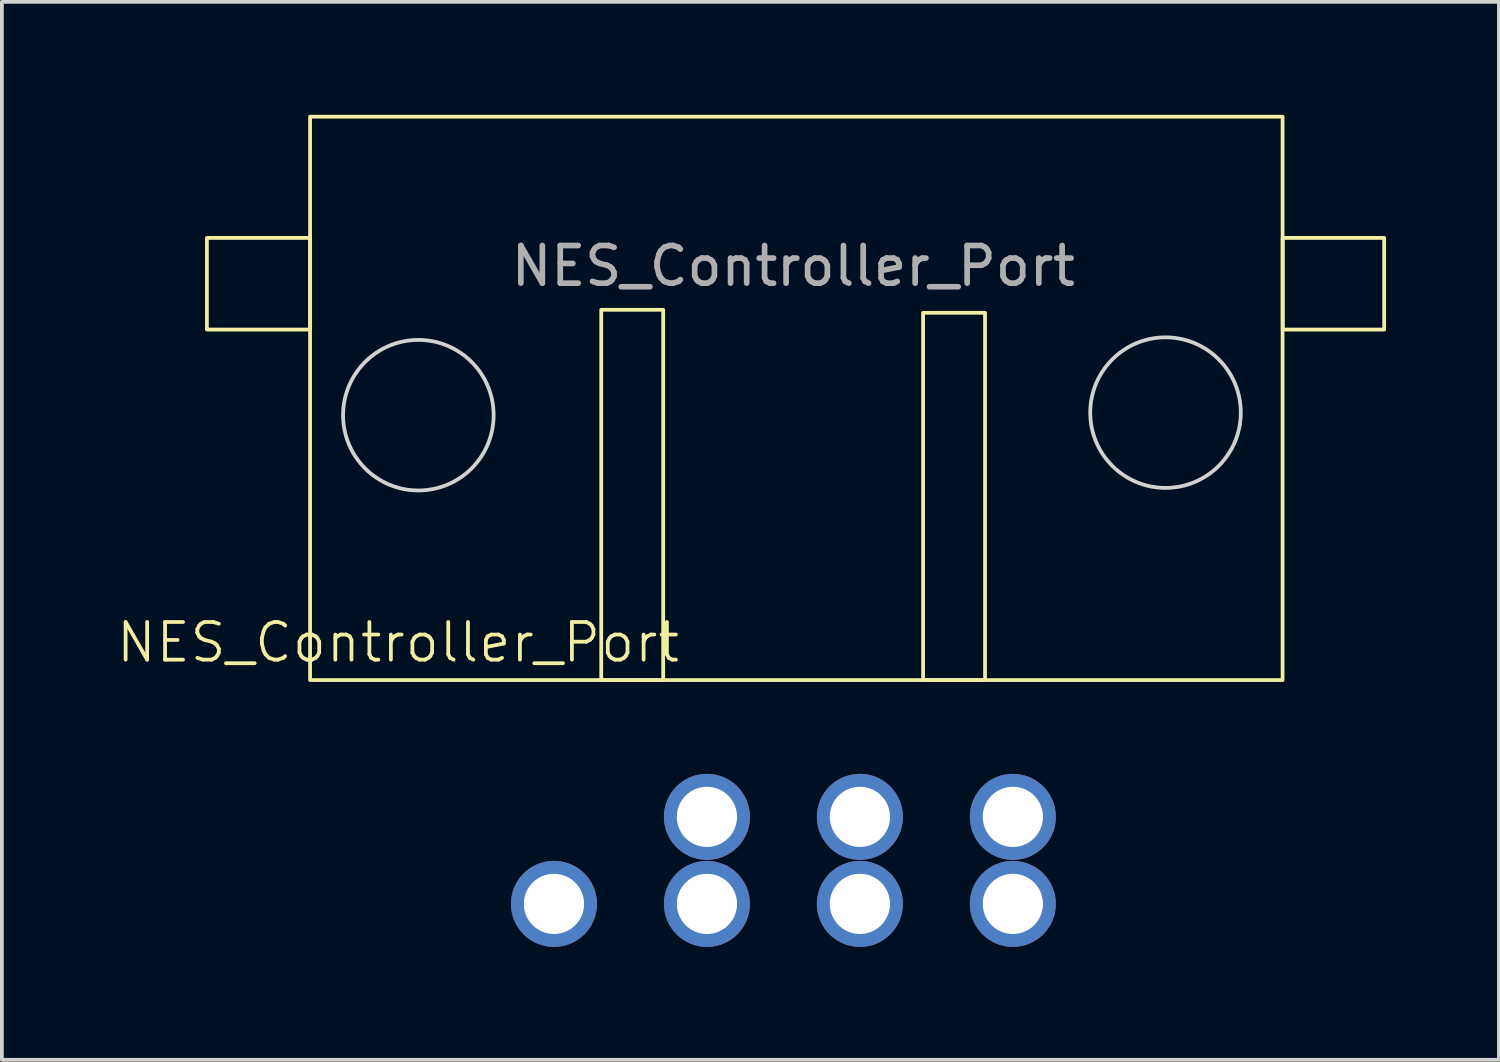
<source format=kicad_pcb>
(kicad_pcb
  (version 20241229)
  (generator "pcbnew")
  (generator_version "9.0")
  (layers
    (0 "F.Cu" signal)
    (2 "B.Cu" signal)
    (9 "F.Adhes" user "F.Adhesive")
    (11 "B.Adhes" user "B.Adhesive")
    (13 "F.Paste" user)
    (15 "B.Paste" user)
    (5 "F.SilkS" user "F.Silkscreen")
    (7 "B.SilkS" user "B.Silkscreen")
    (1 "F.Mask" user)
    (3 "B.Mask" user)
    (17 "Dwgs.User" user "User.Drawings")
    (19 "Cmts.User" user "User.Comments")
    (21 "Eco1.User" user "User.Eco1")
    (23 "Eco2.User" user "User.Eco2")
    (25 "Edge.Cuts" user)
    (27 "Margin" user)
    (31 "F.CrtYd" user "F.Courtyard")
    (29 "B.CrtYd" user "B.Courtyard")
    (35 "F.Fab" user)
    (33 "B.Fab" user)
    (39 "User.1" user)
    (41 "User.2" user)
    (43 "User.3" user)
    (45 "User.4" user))
  (footprint "NES_Controller_Port"
    (layer "F.Cu")
    (at 18.026 15.018)
    (property "Reference" "NES_Controller_Port" (at -10.5 -1 0) (unlocked yes) (layer "F.SilkS") (effects (font (size 1 1) (thickness 0.1))))
    (fp_rect (start -15.579 -11.747) (end -12.836 -9.312) (stroke (width 0.1) (type default)) (fill no) (layer "F.SilkS"))
    (fp_rect (start -12.838 -14.968) (end 13 0) (stroke (width 0.1) (type default)) (fill no) (layer "F.SilkS"))
    (fp_rect (start -5.102 -9.837) (end -3.456 0.002) (stroke (width 0.1) (type default)) (fill no) (layer "F.SilkS"))
    (fp_rect (start 3.449 -9.757) (end 5.095 -0.000001) (stroke (width 0.1) (type default)) (fill no) (layer "F.SilkS"))
    (fp_rect (start 13.004 -11.747) (end 15.699 -9.312) (stroke (width 0.1) (type default)) (fill no) (layer "F.SilkS"))
    (fp_circle (center -9.961 -7.037) (end -7.961 -7.037) (stroke (width 0.1) (type default)) (fill no) (layer "Edge.Cuts"))
    (fp_circle (center 9.89 -7.105) (end 11.89 -7.105) (stroke (width 0.1) (type default)) (fill no) (layer "Edge.Cuts"))
    (fp_text user "${REFERENCE}" (at 0 -11 0) (unlocked yes) (layer "F.Fab") (effects (font (size 1 1) (thickness 0.15))))
    (pad "1" thru_hole circle (at -6.358 5.947) (size 2.286 2.286) (drill 1.6) (layers "*.Cu" "*.Mask"))
    (pad "2" thru_hole circle (at -2.294 5.947) (size 2.286 2.286) (drill 1.6) (layers "*.Cu" "*.Mask"))
    (pad "3" thru_hole circle (at 1.77 5.947) (size 2.286 2.286) (drill 1.6) (layers "*.Cu" "*.Mask"))
    (pad "4" thru_hole circle (at 5.834 5.947) (size 2.286 2.286) (drill 1.6) (layers "*.Cu" "*.Mask"))
    (pad "5" thru_hole circle (at 5.834 3.635) (size 2.286 2.286) (drill 1.6) (layers "*.Cu" "*.Mask"))
    (pad "6" thru_hole circle (at 1.77 3.635) (size 2.286 2.286) (drill 1.6) (layers "*.Cu" "*.Mask"))
    (pad "7" thru_hole circle (at -2.294 3.635) (size 2.286 2.286) (drill 1.6) (layers "*.Cu" "*.Mask")))
  (gr_rect
    (start -3 -3)
    (end 36.775 25.108)
    (stroke (width 0.1) (type default))
    (fill no)
    (layer "Edge.Cuts")))
</source>
